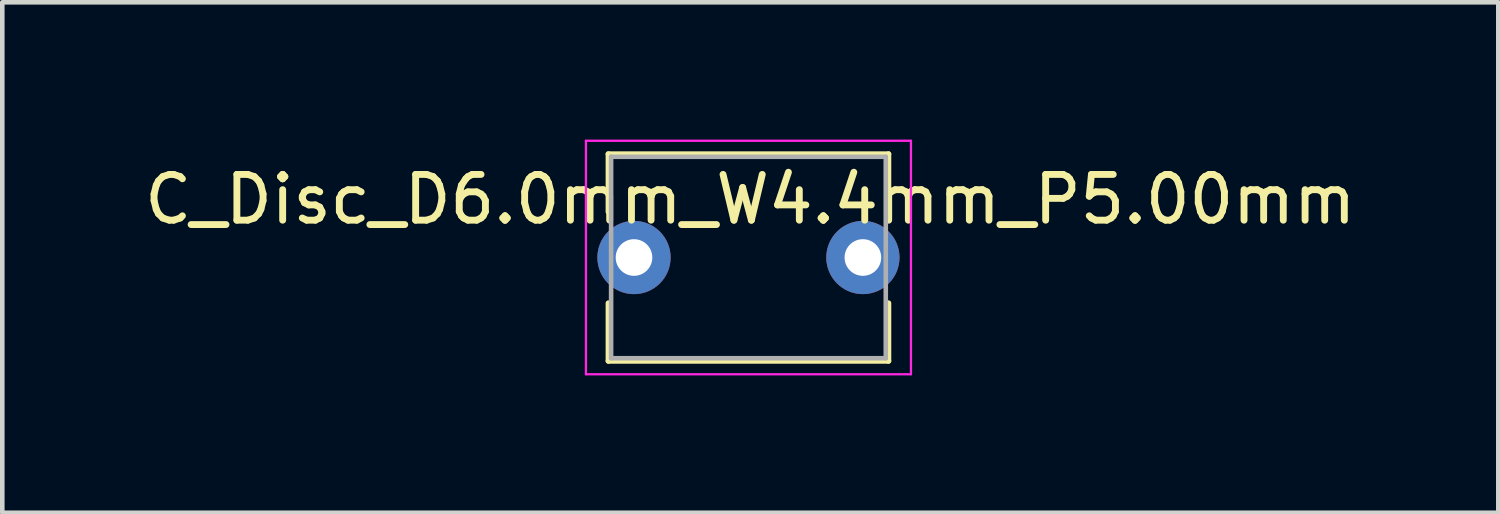
<source format=kicad_pcb>
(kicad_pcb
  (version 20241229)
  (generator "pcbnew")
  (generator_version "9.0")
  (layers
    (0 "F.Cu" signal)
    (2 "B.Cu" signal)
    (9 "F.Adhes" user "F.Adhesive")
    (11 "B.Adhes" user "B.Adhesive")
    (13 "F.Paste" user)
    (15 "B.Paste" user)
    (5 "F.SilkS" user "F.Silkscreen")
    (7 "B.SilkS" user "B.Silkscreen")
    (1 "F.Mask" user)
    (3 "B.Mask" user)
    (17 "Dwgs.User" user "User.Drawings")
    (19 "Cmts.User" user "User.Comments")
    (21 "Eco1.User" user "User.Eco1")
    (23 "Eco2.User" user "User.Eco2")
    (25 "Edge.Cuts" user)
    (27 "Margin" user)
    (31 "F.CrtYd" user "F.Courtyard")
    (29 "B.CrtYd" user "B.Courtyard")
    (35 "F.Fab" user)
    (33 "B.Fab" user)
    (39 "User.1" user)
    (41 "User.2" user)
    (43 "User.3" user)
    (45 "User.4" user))
  (footprint "C_Disc_D6.0mm_W4.4mm_P5.00mm"
    (layer "F.Cu")
    (at 10.799 2.575)
    (property "Reference" "C_Disc_D6.0mm_W4.4mm_P5.00mm" (at 2.54 -1.27 0) (layer "F.SilkS") (effects (font (size 1 1) (thickness 0.15))))
    (attr through_hole)
    (fp_line (start -0.56 -2.26) (end -0.56 -0.996) (stroke (width 0.12) (type solid)) (layer "F.SilkS"))
    (fp_line (start -0.56 -2.26) (end 5.56 -2.26) (stroke (width 0.12) (type solid)) (layer "F.SilkS"))
    (fp_line (start -0.56 0.996) (end -0.56 2.26) (stroke (width 0.12) (type solid)) (layer "F.SilkS"))
    (fp_line (start -0.56 2.26) (end 5.56 2.26) (stroke (width 0.12) (type solid)) (layer "F.SilkS"))
    (fp_line (start 5.56 -2.26) (end 5.56 -0.996) (stroke (width 0.12) (type solid)) (layer "F.SilkS"))
    (fp_line (start 5.56 0.996) (end 5.56 2.26) (stroke (width 0.12) (type solid)) (layer "F.SilkS"))
    (fp_line (start -1.05 -2.55) (end -1.05 2.55) (stroke (width 0.05) (type solid)) (layer "F.CrtYd"))
    (fp_line (start -1.05 2.55) (end 6.05 2.55) (stroke (width 0.05) (type solid)) (layer "F.CrtYd"))
    (fp_line (start 6.05 -2.55) (end -1.05 -2.55) (stroke (width 0.05) (type solid)) (layer "F.CrtYd"))
    (fp_line (start 6.05 2.55) (end 6.05 -2.55) (stroke (width 0.05) (type solid)) (layer "F.CrtYd"))
    (fp_line (start -0.5 -2.2) (end -0.5 2.2) (stroke (width 0.1) (type solid)) (layer "F.Fab"))
    (fp_line (start -0.5 2.2) (end 5.5 2.2) (stroke (width 0.1) (type solid)) (layer "F.Fab"))
    (fp_line (start 5.5 -2.2) (end -0.5 -2.2) (stroke (width 0.1) (type solid)) (layer "F.Fab"))
    (fp_line (start 5.5 2.2) (end 5.5 -2.2) (stroke (width 0.1) (type solid)) (layer "F.Fab"))
    (pad "1" thru_hole circle (at 0 0) (size 1.6 1.6) (drill 0.8) (layers "*.Cu" "*.Mask"))
    (pad "2" thru_hole circle (at 5 0) (size 1.6 1.6) (drill 0.8) (layers "*.Cu" "*.Mask")))
  (gr_rect
    (start -3 -3)
    (end 29.679 8.15)
    (stroke (width 0.1) (type default))
    (fill no)
    (layer "Edge.Cuts")))
</source>
